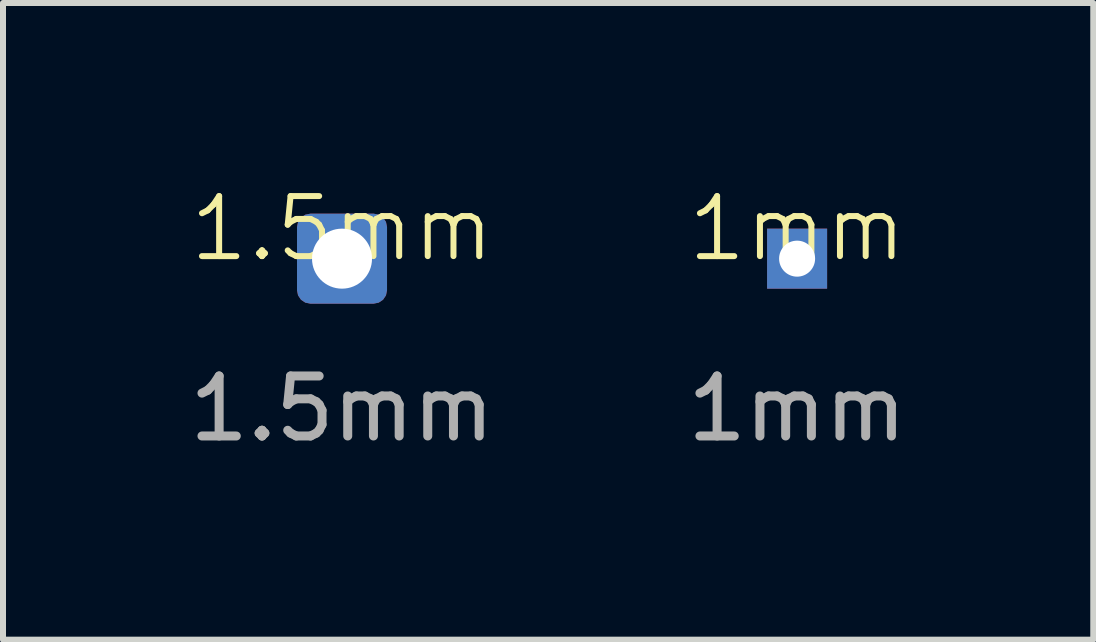
<source format=kicad_pcb>
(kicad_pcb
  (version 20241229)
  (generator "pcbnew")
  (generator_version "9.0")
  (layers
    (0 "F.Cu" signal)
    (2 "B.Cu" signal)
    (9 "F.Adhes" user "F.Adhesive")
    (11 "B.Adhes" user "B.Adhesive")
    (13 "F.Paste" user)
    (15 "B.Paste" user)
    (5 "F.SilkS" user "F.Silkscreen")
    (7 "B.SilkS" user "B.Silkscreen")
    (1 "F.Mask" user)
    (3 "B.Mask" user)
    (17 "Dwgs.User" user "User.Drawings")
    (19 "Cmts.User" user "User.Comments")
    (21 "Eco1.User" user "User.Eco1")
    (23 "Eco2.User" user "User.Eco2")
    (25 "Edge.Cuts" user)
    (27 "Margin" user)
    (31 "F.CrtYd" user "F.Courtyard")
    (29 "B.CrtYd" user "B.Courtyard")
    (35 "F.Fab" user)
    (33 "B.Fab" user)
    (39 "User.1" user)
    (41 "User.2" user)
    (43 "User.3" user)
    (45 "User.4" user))
  (footprint "1.5mm"
    (layer "F.Cu")
    (at 2.649 1.26)
    (property "Reference" "1.5mm" (at 0 -0.5 0) (unlocked yes) (layer "F.SilkS") (effects (font (size 1 1) (thickness 0.1))))
    (attr smd)
    (fp_text user "${REFERENCE}" (at 0 2.5 0) (unlocked yes) (layer "F.Fab") (effects (font (size 1 1) (thickness 0.15))))
    (pad "1" thru_hole roundrect (at 0 0) (size 1.5 1.5) (drill 1) (layers "*.Cu" "*.Mask") (roundrect_rratio 0.15)))
  (footprint "1mm"
    (layer "F.Cu")
    (at 10.232 1.26)
    (property "Reference" "1mm" (at 0 -0.5 0) (unlocked yes) (layer "F.SilkS") (effects (font (size 1 1) (thickness 0.1))))
    (attr smd)
    (fp_text user "${REFERENCE}" (at 0 2.5 0) (unlocked yes) (layer "F.Fab") (effects (font (size 1 1) (thickness 0.15))))
    (pad "1" thru_hole rect (at 0 0) (size 1 1) (drill 0.6) (layers "*.Cu" "*.Mask")))
  (gr_rect
    (start -3 -3)
    (end 15.167 7.609)
    (stroke (width 0.1) (type default))
    (fill no)
    (layer "Edge.Cuts")))
</source>
